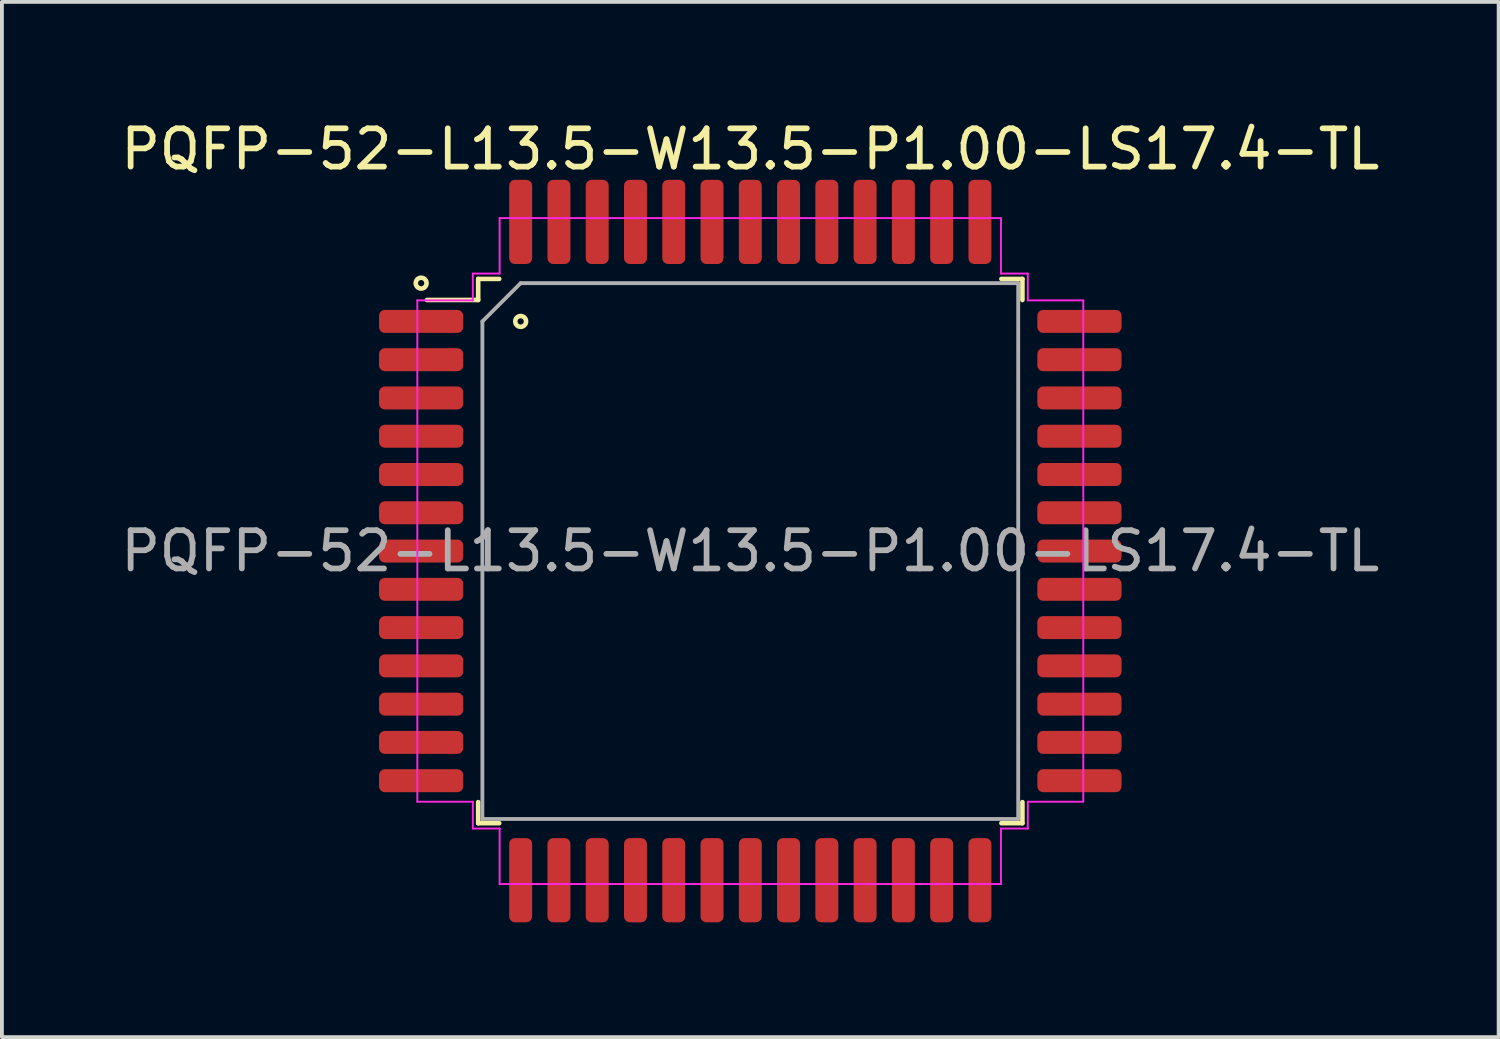
<source format=kicad_pcb>
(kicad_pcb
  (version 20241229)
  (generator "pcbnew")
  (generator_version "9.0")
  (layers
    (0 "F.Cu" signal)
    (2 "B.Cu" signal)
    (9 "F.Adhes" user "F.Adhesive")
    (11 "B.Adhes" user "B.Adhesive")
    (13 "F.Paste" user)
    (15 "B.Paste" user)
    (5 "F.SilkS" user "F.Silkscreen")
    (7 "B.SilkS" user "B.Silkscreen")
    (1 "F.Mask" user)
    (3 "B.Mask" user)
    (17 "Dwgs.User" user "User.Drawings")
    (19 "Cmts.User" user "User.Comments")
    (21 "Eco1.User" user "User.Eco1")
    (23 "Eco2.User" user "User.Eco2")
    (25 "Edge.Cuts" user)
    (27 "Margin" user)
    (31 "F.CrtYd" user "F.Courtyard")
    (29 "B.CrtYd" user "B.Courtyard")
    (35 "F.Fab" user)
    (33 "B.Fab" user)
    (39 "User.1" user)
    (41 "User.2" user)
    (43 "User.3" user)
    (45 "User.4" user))
  (footprint "PQFP-52-L13.5-W13.5-P1.00-LS17.4-TL"
    (layer "F.Cu")
    (at 16.554 11.348)
    (property "Reference" "PQFP-52-L13.5-W13.5-P1.00-LS17.4-TL" (at 0 -10.5 0) (layer "F.SilkS") (effects (font (size 1 1) (thickness 0.15))))
    (attr smd)
    (fp_line (start -7.11 -7.11) (end -7.11 -6.56) (stroke (width 0.12) (type solid)) (layer "F.SilkS"))
    (fp_line (start -7.11 -6.56) (end -8.45 -6.56) (stroke (width 0.12) (type solid)) (layer "F.SilkS"))
    (fp_line (start -7.11 7.11) (end -7.11 6.56) (stroke (width 0.12) (type solid)) (layer "F.SilkS"))
    (fp_line (start -6.56 -7.11) (end -7.11 -7.11) (stroke (width 0.12) (type solid)) (layer "F.SilkS"))
    (fp_line (start -6.56 7.11) (end -7.11 7.11) (stroke (width 0.12) (type solid)) (layer "F.SilkS"))
    (fp_line (start 6.56 -7.11) (end 7.11 -7.11) (stroke (width 0.12) (type solid)) (layer "F.SilkS"))
    (fp_line (start 6.56 7.11) (end 7.11 7.11) (stroke (width 0.12) (type solid)) (layer "F.SilkS"))
    (fp_line (start 7.11 -7.11) (end 7.11 -6.56) (stroke (width 0.12) (type solid)) (layer "F.SilkS"))
    (fp_line (start 7.11 7.11) (end 7.11 6.56) (stroke (width 0.12) (type solid)) (layer "F.SilkS"))
    (fp_circle (center -8.6 -7) (end -8.5 -6.9) (stroke (width 0.12) (type solid)) (fill no) (layer "F.SilkS"))
    (fp_circle (center -6 -6) (end -5.9 -5.9) (stroke (width 0.12) (type solid)) (fill no) (layer "F.SilkS"))
    (fp_line (start -8.7 -6.55) (end -8.7 0) (stroke (width 0.05) (type solid)) (layer "F.CrtYd"))
    (fp_line (start -8.7 6.55) (end -8.7 0) (stroke (width 0.05) (type solid)) (layer "F.CrtYd"))
    (fp_line (start -7.25 -7.25) (end -7.25 -6.55) (stroke (width 0.05) (type solid)) (layer "F.CrtYd"))
    (fp_line (start -7.25 -6.55) (end -8.7 -6.55) (stroke (width 0.05) (type solid)) (layer "F.CrtYd"))
    (fp_line (start -7.25 6.55) (end -8.7 6.55) (stroke (width 0.05) (type solid)) (layer "F.CrtYd"))
    (fp_line (start -7.25 7.25) (end -7.25 6.55) (stroke (width 0.05) (type solid)) (layer "F.CrtYd"))
    (fp_line (start -6.55 -8.7) (end -6.55 -7.25) (stroke (width 0.05) (type solid)) (layer "F.CrtYd"))
    (fp_line (start -6.55 -7.25) (end -7.25 -7.25) (stroke (width 0.05) (type solid)) (layer "F.CrtYd"))
    (fp_line (start -6.55 7.25) (end -7.25 7.25) (stroke (width 0.05) (type solid)) (layer "F.CrtYd"))
    (fp_line (start -6.55 8.7) (end -6.55 7.25) (stroke (width 0.05) (type solid)) (layer "F.CrtYd"))
    (fp_line (start 0 -8.7) (end -6.55 -8.7) (stroke (width 0.05) (type solid)) (layer "F.CrtYd"))
    (fp_line (start 0 -8.7) (end 6.55 -8.7) (stroke (width 0.05) (type solid)) (layer "F.CrtYd"))
    (fp_line (start 0 8.7) (end -6.55 8.7) (stroke (width 0.05) (type solid)) (layer "F.CrtYd"))
    (fp_line (start 0 8.7) (end 6.55 8.7) (stroke (width 0.05) (type solid)) (layer "F.CrtYd"))
    (fp_line (start 6.55 -8.7) (end 6.55 -7.25) (stroke (width 0.05) (type solid)) (layer "F.CrtYd"))
    (fp_line (start 6.55 -7.25) (end 7.25 -7.25) (stroke (width 0.05) (type solid)) (layer "F.CrtYd"))
    (fp_line (start 6.55 7.25) (end 7.25 7.25) (stroke (width 0.05) (type solid)) (layer "F.CrtYd"))
    (fp_line (start 6.55 8.7) (end 6.55 7.25) (stroke (width 0.05) (type solid)) (layer "F.CrtYd"))
    (fp_line (start 7.25 -7.25) (end 7.25 -6.55) (stroke (width 0.05) (type solid)) (layer "F.CrtYd"))
    (fp_line (start 7.25 -6.55) (end 8.7 -6.55) (stroke (width 0.05) (type solid)) (layer "F.CrtYd"))
    (fp_line (start 7.25 6.55) (end 8.7 6.55) (stroke (width 0.05) (type solid)) (layer "F.CrtYd"))
    (fp_line (start 7.25 7.25) (end 7.25 6.55) (stroke (width 0.05) (type solid)) (layer "F.CrtYd"))
    (fp_line (start 8.7 -6.55) (end 8.7 0) (stroke (width 0.05) (type solid)) (layer "F.CrtYd"))
    (fp_line (start 8.7 6.55) (end 8.7 0) (stroke (width 0.05) (type solid)) (layer "F.CrtYd"))
    (fp_line (start -7 -6) (end -6 -7) (stroke (width 0.1) (type solid)) (layer "F.Fab"))
    (fp_line (start -7 7) (end -7 -6) (stroke (width 0.1) (type solid)) (layer "F.Fab"))
    (fp_line (start -6 -7) (end 7 -7) (stroke (width 0.1) (type solid)) (layer "F.Fab"))
    (fp_line (start 7 -7) (end 7 7) (stroke (width 0.1) (type solid)) (layer "F.Fab"))
    (fp_line (start 7 7) (end -7 7) (stroke (width 0.1) (type solid)) (layer "F.Fab"))
    (fp_text user "${REFERENCE}" (at 0 0 0) (layer "F.Fab") (effects (font (size 1 1) (thickness 0.15))))
    (pad "1" smd roundrect (at -8.6 -6) (size 2.2 0.6) (layers "F.Cu" "F.Mask" "F.Paste") (roundrect_rratio 0.25))
    (pad "2" smd roundrect (at -8.6 -5) (size 2.2 0.6) (layers "F.Cu" "F.Mask" "F.Paste") (roundrect_rratio 0.25))
    (pad "3" smd roundrect (at -8.6 -4) (size 2.2 0.6) (layers "F.Cu" "F.Mask" "F.Paste") (roundrect_rratio 0.25))
    (pad "4" smd roundrect (at -8.6 -3) (size 2.2 0.6) (layers "F.Cu" "F.Mask" "F.Paste") (roundrect_rratio 0.25))
    (pad "5" smd roundrect (at -8.6 -2) (size 2.2 0.6) (layers "F.Cu" "F.Mask" "F.Paste") (roundrect_rratio 0.25))
    (pad "6" smd roundrect (at -8.6 -1) (size 2.2 0.6) (layers "F.Cu" "F.Mask" "F.Paste") (roundrect_rratio 0.25))
    (pad "7" smd roundrect (at -8.6 0) (size 2.2 0.6) (layers "F.Cu" "F.Mask" "F.Paste") (roundrect_rratio 0.25))
    (pad "8" smd roundrect (at -8.6 1) (size 2.2 0.6) (layers "F.Cu" "F.Mask" "F.Paste") (roundrect_rratio 0.25))
    (pad "9" smd roundrect (at -8.6 2) (size 2.2 0.6) (layers "F.Cu" "F.Mask" "F.Paste") (roundrect_rratio 0.25))
    (pad "10" smd roundrect (at -8.6 3) (size 2.2 0.6) (layers "F.Cu" "F.Mask" "F.Paste") (roundrect_rratio 0.25))
    (pad "11" smd roundrect (at -8.6 4) (size 2.2 0.6) (layers "F.Cu" "F.Mask" "F.Paste") (roundrect_rratio 0.25))
    (pad "12" smd roundrect (at -8.6 5) (size 2.2 0.6) (layers "F.Cu" "F.Mask" "F.Paste") (roundrect_rratio 0.25))
    (pad "13" smd roundrect (at -8.6 6) (size 2.2 0.6) (layers "F.Cu" "F.Mask" "F.Paste") (roundrect_rratio 0.25))
    (pad "14" smd roundrect (at -6 8.6) (size 0.6 2.2) (layers "F.Cu" "F.Mask" "F.Paste") (roundrect_rratio 0.25))
    (pad "15" smd roundrect (at -5 8.6) (size 0.6 2.2) (layers "F.Cu" "F.Mask" "F.Paste") (roundrect_rratio 0.25))
    (pad "16" smd roundrect (at -4 8.6) (size 0.6 2.2) (layers "F.Cu" "F.Mask" "F.Paste") (roundrect_rratio 0.25))
    (pad "17" smd roundrect (at -3 8.6) (size 0.6 2.2) (layers "F.Cu" "F.Mask" "F.Paste") (roundrect_rratio 0.25))
    (pad "18" smd roundrect (at -2 8.6) (size 0.6 2.2) (layers "F.Cu" "F.Mask" "F.Paste") (roundrect_rratio 0.25))
    (pad "19" smd roundrect (at -1 8.6) (size 0.6 2.2) (layers "F.Cu" "F.Mask" "F.Paste") (roundrect_rratio 0.25))
    (pad "20" smd roundrect (at 0 8.6) (size 0.6 2.2) (layers "F.Cu" "F.Mask" "F.Paste") (roundrect_rratio 0.25))
    (pad "21" smd roundrect (at 1 8.6) (size 0.6 2.2) (layers "F.Cu" "F.Mask" "F.Paste") (roundrect_rratio 0.25))
    (pad "22" smd roundrect (at 2 8.6) (size 0.6 2.2) (layers "F.Cu" "F.Mask" "F.Paste") (roundrect_rratio 0.25))
    (pad "23" smd roundrect (at 3 8.6) (size 0.6 2.2) (layers "F.Cu" "F.Mask" "F.Paste") (roundrect_rratio 0.25))
    (pad "24" smd roundrect (at 4 8.6) (size 0.6 2.2) (layers "F.Cu" "F.Mask" "F.Paste") (roundrect_rratio 0.25))
    (pad "25" smd roundrect (at 5 8.6) (size 0.6 2.2) (layers "F.Cu" "F.Mask" "F.Paste") (roundrect_rratio 0.25))
    (pad "26" smd roundrect (at 6 8.6) (size 0.6 2.2) (layers "F.Cu" "F.Mask" "F.Paste") (roundrect_rratio 0.25))
    (pad "27" smd roundrect (at 8.6 6) (size 2.2 0.6) (layers "F.Cu" "F.Mask" "F.Paste") (roundrect_rratio 0.25))
    (pad "28" smd roundrect (at 8.6 5) (size 2.2 0.6) (layers "F.Cu" "F.Mask" "F.Paste") (roundrect_rratio 0.25))
    (pad "29" smd roundrect (at 8.6 4) (size 2.2 0.6) (layers "F.Cu" "F.Mask" "F.Paste") (roundrect_rratio 0.25))
    (pad "30" smd roundrect (at 8.6 3) (size 2.2 0.6) (layers "F.Cu" "F.Mask" "F.Paste") (roundrect_rratio 0.25))
    (pad "31" smd roundrect (at 8.6 2) (size 2.2 0.6) (layers "F.Cu" "F.Mask" "F.Paste") (roundrect_rratio 0.25))
    (pad "32" smd roundrect (at 8.6 1) (size 2.2 0.6) (layers "F.Cu" "F.Mask" "F.Paste") (roundrect_rratio 0.25))
    (pad "33" smd roundrect (at 8.6 0) (size 2.2 0.6) (layers "F.Cu" "F.Mask" "F.Paste") (roundrect_rratio 0.25))
    (pad "34" smd roundrect (at 8.6 -1) (size 2.2 0.6) (layers "F.Cu" "F.Mask" "F.Paste") (roundrect_rratio 0.25))
    (pad "35" smd roundrect (at 8.6 -2) (size 2.2 0.6) (layers "F.Cu" "F.Mask" "F.Paste") (roundrect_rratio 0.25))
    (pad "36" smd roundrect (at 8.6 -3) (size 2.2 0.6) (layers "F.Cu" "F.Mask" "F.Paste") (roundrect_rratio 0.25))
    (pad "37" smd roundrect (at 8.6 -4) (size 2.2 0.6) (layers "F.Cu" "F.Mask" "F.Paste") (roundrect_rratio 0.25))
    (pad "38" smd roundrect (at 8.6 -5) (size 2.2 0.6) (layers "F.Cu" "F.Mask" "F.Paste") (roundrect_rratio 0.25))
    (pad "39" smd roundrect (at 8.6 -6) (size 2.2 0.6) (layers "F.Cu" "F.Mask" "F.Paste") (roundrect_rratio 0.25))
    (pad "40" smd roundrect (at 6 -8.6) (size 0.6 2.2) (layers "F.Cu" "F.Mask" "F.Paste") (roundrect_rratio 0.25))
    (pad "41" smd roundrect (at 5 -8.6) (size 0.6 2.2) (layers "F.Cu" "F.Mask" "F.Paste") (roundrect_rratio 0.25))
    (pad "42" smd roundrect (at 4 -8.6) (size 0.6 2.2) (layers "F.Cu" "F.Mask" "F.Paste") (roundrect_rratio 0.25))
    (pad "43" smd roundrect (at 3 -8.6) (size 0.6 2.2) (layers "F.Cu" "F.Mask" "F.Paste") (roundrect_rratio 0.25))
    (pad "44" smd roundrect (at 2 -8.6) (size 0.6 2.2) (layers "F.Cu" "F.Mask" "F.Paste") (roundrect_rratio 0.25))
    (pad "45" smd roundrect (at 1 -8.6) (size 0.6 2.2) (layers "F.Cu" "F.Mask" "F.Paste") (roundrect_rratio 0.25))
    (pad "46" smd roundrect (at 0 -8.6) (size 0.6 2.2) (layers "F.Cu" "F.Mask" "F.Paste") (roundrect_rratio 0.25))
    (pad "47" smd roundrect (at -1 -8.6) (size 0.6 2.2) (layers "F.Cu" "F.Mask" "F.Paste") (roundrect_rratio 0.25))
    (pad "48" smd roundrect (at -2 -8.6) (size 0.6 2.2) (layers "F.Cu" "F.Mask" "F.Paste") (roundrect_rratio 0.25))
    (pad "49" smd roundrect (at -3 -8.6) (size 0.6 2.2) (layers "F.Cu" "F.Mask" "F.Paste") (roundrect_rratio 0.25))
    (pad "50" smd roundrect (at -4 -8.6) (size 0.6 2.2) (layers "F.Cu" "F.Mask" "F.Paste") (roundrect_rratio 0.25))
    (pad "51" smd roundrect (at -5 -8.6) (size 0.6 2.2) (layers "F.Cu" "F.Mask" "F.Paste") (roundrect_rratio 0.25))
    (pad "52" smd roundrect (at -6 -8.6) (size 0.6 2.2) (layers "F.Cu" "F.Mask" "F.Paste") (roundrect_rratio 0.25)))
  (gr_rect
    (start -3 -3)
    (end 36.107 24.048)
    (stroke (width 0.1) (type default))
    (fill no)
    (layer "Edge.Cuts")))
</source>
